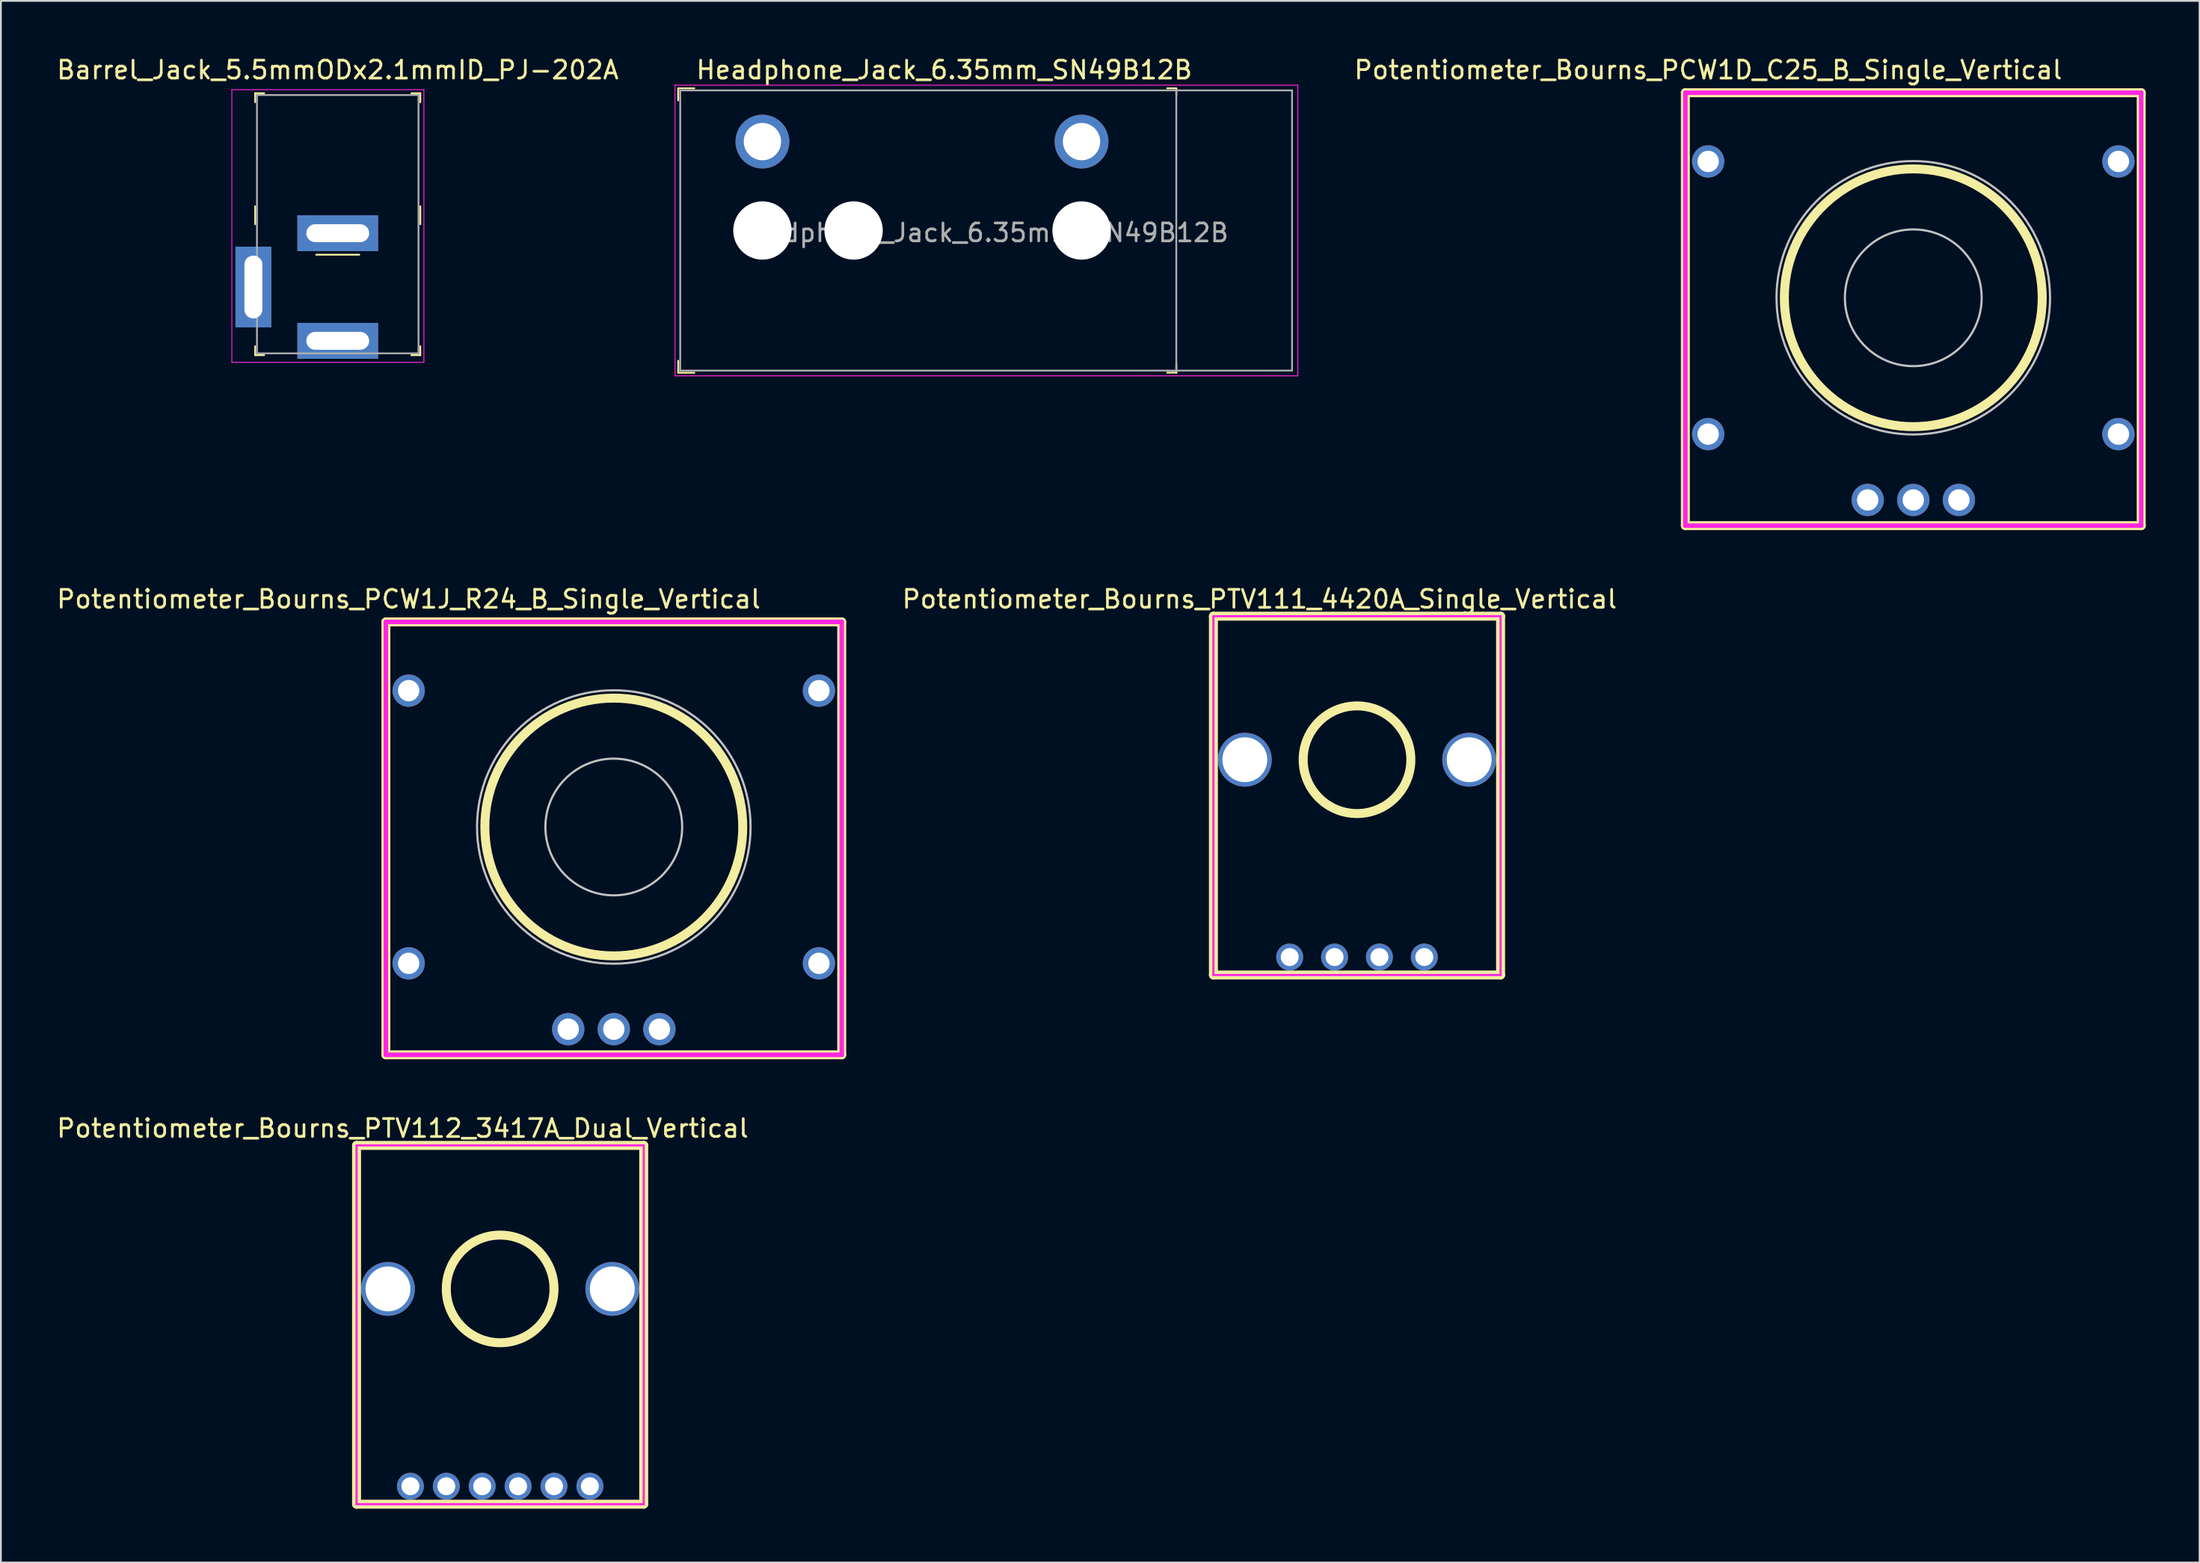
<source format=kicad_pcb>
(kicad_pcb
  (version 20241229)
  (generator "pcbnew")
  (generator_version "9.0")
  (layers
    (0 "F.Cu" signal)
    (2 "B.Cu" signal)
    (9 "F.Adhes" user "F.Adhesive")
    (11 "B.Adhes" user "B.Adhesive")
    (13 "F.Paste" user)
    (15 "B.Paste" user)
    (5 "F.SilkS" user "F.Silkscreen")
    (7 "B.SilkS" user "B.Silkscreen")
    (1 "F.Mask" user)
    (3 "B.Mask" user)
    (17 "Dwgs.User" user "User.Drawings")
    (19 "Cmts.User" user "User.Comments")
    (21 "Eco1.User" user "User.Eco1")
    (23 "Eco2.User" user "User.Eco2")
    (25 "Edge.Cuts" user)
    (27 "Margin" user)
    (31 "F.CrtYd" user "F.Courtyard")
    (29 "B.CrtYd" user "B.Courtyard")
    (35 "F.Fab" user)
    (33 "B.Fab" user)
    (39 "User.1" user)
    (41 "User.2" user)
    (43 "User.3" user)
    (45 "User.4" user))
  (footprint "Potentiometer_Bourns_PCW1J_R24_B_Single_Vertical"
    (layer "F.Cu")
    (at 31.15 43.047)
    (property "Reference" "Potentiometer_Bourns_PCW1J_R24_B_Single_Vertical" (at -11.43 -12.7 0) (layer "F.SilkS") (effects (font (size 1 1) (thickness 0.15))))
    (attr through_hole)
    (fp_line (start -12.7 -11.43) (end -12.7 12.7) (stroke (width 0.5) (type solid)) (layer "F.SilkS"))
    (fp_line (start -12.7 12.7) (end 12.7 12.7) (stroke (width 0.5) (type solid)) (layer "F.SilkS"))
    (fp_line (start 12.7 -11.43) (end -12.7 -11.43) (stroke (width 0.5) (type solid)) (layer "F.SilkS"))
    (fp_line (start 12.7 12.7) (end 12.7 -11.43) (stroke (width 0.5) (type solid)) (layer "F.SilkS"))
    (fp_circle (center 0 0) (end 7.184 0) (stroke (width 0.5) (type solid)) (fill no) (layer "F.SilkS"))
    (fp_circle (center 0 0) (end -7.62 0) (stroke (width 0.12) (type solid)) (fill no) (layer "Dwgs.User"))
    (fp_circle (center 0 0) (end -3.81 0) (stroke (width 0.12) (type solid)) (fill no) (layer "Dwgs.User"))
    (fp_line (start -12.7 -11.43) (end -12.7 12.7) (stroke (width 0.25) (type solid)) (layer "F.CrtYd"))
    (fp_line (start -12.7 12.7) (end 12.7 12.7) (stroke (width 0.25) (type solid)) (layer "F.CrtYd"))
    (fp_line (start 12.7 -11.43) (end -12.7 -11.43) (stroke (width 0.25) (type solid)) (layer "F.CrtYd"))
    (fp_line (start 12.7 12.7) (end 12.7 -11.43) (stroke (width 0.25) (type solid)) (layer "F.CrtYd"))
    (pad "" thru_hole circle (at -11.43 -7.6) (size 1.8 1.8) (drill 1.19) (layers "*.Cu" "*.Mask"))
    (pad "" thru_hole circle (at -11.43 7.6) (size 1.8 1.8) (drill 1.19) (layers "*.Cu" "*.Mask"))
    (pad "" thru_hole circle (at 11.43 -7.6) (size 1.8 1.8) (drill 1.19) (layers "*.Cu" "*.Mask"))
    (pad "" thru_hole circle (at 11.43 7.6) (size 1.8 1.8) (drill 1.19) (layers "*.Cu" "*.Mask"))
    (pad "1" thru_hole circle (at -2.54 11.27) (size 1.8 1.8) (drill 1.19) (layers "*.Cu" "*.Mask"))
    (pad "2" thru_hole circle (at 0 11.27) (size 1.8 1.8) (drill 1.19) (layers "*.Cu" "*.Mask"))
    (pad "3" thru_hole circle (at 2.54 11.27) (size 1.8 1.8) (drill 1.19) (layers "*.Cu" "*.Mask")))
  (footprint "Potentiometer_Bourns_PTV111_4420A_Single_Vertical"
    (layer "F.Cu")
    (at 72.56 39.297)
    (property "Reference" "Potentiometer_Bourns_PTV111_4420A_Single_Vertical" (at -5.43 -8.95 0) (layer "F.SilkS") (effects (font (size 1 1) (thickness 0.15))))
    (attr through_hole)
    (fp_line (start -8 -8) (end -8 12) (stroke (width 0.5) (type solid)) (layer "F.SilkS"))
    (fp_line (start -8 12) (end 8 12) (stroke (width 0.5) (type solid)) (layer "F.SilkS"))
    (fp_line (start 8 -8) (end -8 -8) (stroke (width 0.5) (type solid)) (layer "F.SilkS"))
    (fp_line (start 8 12) (end 8 -8) (stroke (width 0.5) (type solid)) (layer "F.SilkS"))
    (fp_circle (center 0 0) (end 3 0) (stroke (width 0.5) (type solid)) (fill no) (layer "F.SilkS"))
    (fp_line (start -8 -8) (end -8 12) (stroke (width 0.12) (type solid)) (layer "F.CrtYd"))
    (fp_line (start -8 12) (end 8 12) (stroke (width 0.12) (type solid)) (layer "F.CrtYd"))
    (fp_line (start 8 -8) (end -8 -8) (stroke (width 0.12) (type solid)) (layer "F.CrtYd"))
    (fp_line (start 8 12) (end 8 -8) (stroke (width 0.12) (type solid)) (layer "F.CrtYd"))
    (pad "" thru_hole circle (at -6.25 0) (size 3 3) (drill 2.5) (layers "*.Cu" "*.Mask"))
    (pad "" thru_hole circle (at 6.25 0) (size 3 3) (drill 2.5) (layers "*.Cu" "*.Mask"))
    (pad "1" thru_hole circle (at -3.75 11) (size 1.5 1.5) (drill 1) (layers "*.Cu" "*.Mask"))
    (pad "2" thru_hole circle (at -1.25 11) (size 1.5 1.5) (drill 1) (layers "*.Cu" "*.Mask"))
    (pad "3" thru_hole circle (at 1.25 11) (size 1.5 1.5) (drill 1) (layers "*.Cu" "*.Mask"))
    (pad "4" thru_hole circle (at 3.75 11) (size 1.5 1.5) (drill 1) (layers "*.Cu" "*.Mask")))
  (footprint "Potentiometer_Bourns_PCW1D_C25_B_Single_Vertical"
    (layer "F.Cu")
    (at 103.555 13.548)
    (property "Reference" "Potentiometer_Bourns_PCW1D_C25_B_Single_Vertical" (at -11.43 -12.7 0) (layer "F.SilkS") (effects (font (size 1 1) (thickness 0.15))))
    (attr through_hole)
    (fp_line (start -12.7 -11.43) (end -12.7 12.7) (stroke (width 0.5) (type solid)) (layer "F.SilkS"))
    (fp_line (start -12.7 12.7) (end 12.7 12.7) (stroke (width 0.5) (type solid)) (layer "F.SilkS"))
    (fp_line (start 12.7 -11.43) (end -12.7 -11.43) (stroke (width 0.5) (type solid)) (layer "F.SilkS"))
    (fp_line (start 12.7 12.7) (end 12.7 -11.43) (stroke (width 0.5) (type solid)) (layer "F.SilkS"))
    (fp_circle (center 0 0) (end 7.184 0) (stroke (width 0.5) (type solid)) (fill no) (layer "F.SilkS"))
    (fp_circle (center 0 0) (end -7.62 0) (stroke (width 0.12) (type solid)) (fill no) (layer "Dwgs.User"))
    (fp_circle (center 0 0) (end -3.81 0) (stroke (width 0.12) (type solid)) (fill no) (layer "Dwgs.User"))
    (fp_line (start -12.7 -11.43) (end -12.7 12.7) (stroke (width 0.25) (type solid)) (layer "F.CrtYd"))
    (fp_line (start -12.7 12.7) (end 12.7 12.7) (stroke (width 0.25) (type solid)) (layer "F.CrtYd"))
    (fp_line (start 12.7 -11.43) (end -12.7 -11.43) (stroke (width 0.25) (type solid)) (layer "F.CrtYd"))
    (fp_line (start 12.7 12.7) (end 12.7 -11.43) (stroke (width 0.25) (type solid)) (layer "F.CrtYd"))
    (pad "" thru_hole circle (at -11.43 -7.6) (size 1.8 1.8) (drill 1.19) (layers "*.Cu" "*.Mask"))
    (pad "" thru_hole circle (at -11.43 7.6) (size 1.8 1.8) (drill 1.19) (layers "*.Cu" "*.Mask"))
    (pad "" thru_hole circle (at 11.43 -7.6) (size 1.8 1.8) (drill 1.19) (layers "*.Cu" "*.Mask"))
    (pad "" thru_hole circle (at 11.43 7.6) (size 1.8 1.8) (drill 1.19) (layers "*.Cu" "*.Mask"))
    (pad "1" thru_hole circle (at -2.54 11.27) (size 1.8 1.8) (drill 1.19) (layers "*.Cu" "*.Mask"))
    (pad "2" thru_hole circle (at 0 11.27) (size 1.8 1.8) (drill 1.19) (layers "*.Cu" "*.Mask"))
    (pad "3" thru_hole circle (at 2.54 11.27) (size 1.8 1.8) (drill 1.19) (layers "*.Cu" "*.Mask")))
  (footprint "Headphone_Jack_6.35mm_SN49B12B"
    (layer "F.Cu")
    (at 44.511 9.798)
    (property "Reference" "Headphone_Jack_6.35mm_SN49B12B" (at 5.05 -8.95 0) (layer "F.SilkS") (effects (font (size 1 1) (thickness 0.15))))
    (attr through_hole)
    (fp_line (start -9.775 -7.925) (end -9.775 -7.25) (stroke (width 0.1) (type solid)) (layer "F.SilkS"))
    (fp_line (start -9.772 7.259) (end -9.772 7.934) (stroke (width 0.1) (type solid)) (layer "F.SilkS"))
    (fp_line (start -8.875 -7.925) (end -9.775 -7.925) (stroke (width 0.1) (type solid)) (layer "F.SilkS"))
    (fp_line (start -8.87 7.93) (end -9.77 7.93) (stroke (width 0.1) (type solid)) (layer "F.SilkS"))
    (fp_line (start 17.983 -7.925) (end 17.475 -7.925) (stroke (width 0.1) (type solid)) (layer "F.SilkS"))
    (fp_line (start 17.983 -7.925) (end 17.983 -7.55) (stroke (width 0.1) (type solid)) (layer "F.SilkS"))
    (fp_line (start 17.983 7.425) (end 17.983 7.925) (stroke (width 0.1) (type solid)) (layer "F.SilkS"))
    (fp_line (start 17.983 7.925) (end 17.475 7.925) (stroke (width 0.1) (type solid)) (layer "F.SilkS"))
    (fp_line (start -9.95 -8.1) (end -9.95 8.1) (stroke (width 0.05) (type solid)) (layer "F.CrtYd"))
    (fp_line (start -9.95 -8.1) (end 24.75 -8.1) (stroke (width 0.05) (type solid)) (layer "F.CrtYd"))
    (fp_line (start 24.75 -8.1) (end 24.75 8.1) (stroke (width 0.05) (type solid)) (layer "F.CrtYd"))
    (fp_line (start 24.75 8.1) (end -9.95 8.1) (stroke (width 0.05) (type solid)) (layer "F.CrtYd"))
    (fp_line (start -9.66 -7.81) (end -9.66 7.81) (stroke (width 0.1) (type solid)) (layer "F.Fab"))
    (fp_line (start -9.66 -7.81) (end 24.43 -7.81) (stroke (width 0.1) (type solid)) (layer "F.Fab"))
    (fp_line (start -9.66 7.81) (end 24.43 7.81) (stroke (width 0.1) (type solid)) (layer "F.Fab"))
    (fp_line (start 17.98 -7.81) (end 17.98 7.81) (stroke (width 0.1) (type solid)) (layer "F.Fab"))
    (fp_line (start 24.43 -7.81) (end 24.43 7.81) (stroke (width 0.1) (type solid)) (layer "F.Fab"))
    (fp_text user "${REFERENCE}" (at 7.075 0.125 0) (layer "F.Fab") (effects (font (size 1 1) (thickness 0.15))))
    (pad "" np_thru_hole circle (at -5.08 0) (size 3.25 3.25) (drill 3.25) (layers "*.Cu" "*.Mask"))
    (pad "" np_thru_hole circle (at 0 0) (size 3.25 3.25) (drill 3.25) (layers "*.Cu" "*.Mask"))
    (pad "" np_thru_hole circle (at 12.7 0) (size 3.25 3.25) (drill 3.25) (layers "*.Cu" "*.Mask"))
    (pad "S" thru_hole circle (at 12.7 -4.955) (size 3 3) (drill 2.08) (layers "*.Cu" "*.Mask"))
    (pad "T" thru_hole circle (at -5.08 -4.955) (size 3 3) (drill 2.08) (layers "*.Cu" "*.Mask")))
  (footprint "Potentiometer_Bourns_PTV112_3417A_Dual_Vertical"
    (layer "F.Cu")
    (at 24.817 68.795)
    (property "Reference" "Potentiometer_Bourns_PTV112_3417A_Dual_Vertical" (at -5.43 -8.95 0) (layer "F.SilkS") (effects (font (size 1 1) (thickness 0.15))))
    (attr through_hole)
    (fp_line (start -8 -8) (end -8 12) (stroke (width 0.5) (type solid)) (layer "F.SilkS"))
    (fp_line (start -8 12) (end 8 12) (stroke (width 0.5) (type solid)) (layer "F.SilkS"))
    (fp_line (start 8 -8) (end -8 -8) (stroke (width 0.5) (type solid)) (layer "F.SilkS"))
    (fp_line (start 8 12) (end 8 -8) (stroke (width 0.5) (type solid)) (layer "F.SilkS"))
    (fp_circle (center 0 0) (end 3 0) (stroke (width 0.5) (type solid)) (fill no) (layer "F.SilkS"))
    (fp_line (start -8 -8) (end -8 12) (stroke (width 0.12) (type solid)) (layer "F.CrtYd"))
    (fp_line (start -8 12) (end 8 12) (stroke (width 0.12) (type solid)) (layer "F.CrtYd"))
    (fp_line (start 8 -8) (end -8 -8) (stroke (width 0.12) (type solid)) (layer "F.CrtYd"))
    (fp_line (start 8 12) (end 8 -8) (stroke (width 0.12) (type solid)) (layer "F.CrtYd"))
    (pad "" thru_hole circle (at -6.25 0) (size 3 3) (drill 2.5) (layers "*.Cu" "*.Mask"))
    (pad "" thru_hole circle (at 6.25 0) (size 3 3) (drill 2.5) (layers "*.Cu" "*.Mask"))
    (pad "1" thru_hole circle (at -1 11) (size 1.5 1.5) (drill 1) (layers "*.Cu" "*.Mask"))
    (pad "2" thru_hole circle (at 1 11) (size 1.5 1.5) (drill 1) (layers "*.Cu" "*.Mask"))
    (pad "3" thru_hole circle (at 3 11) (size 1.5 1.5) (drill 1) (layers "*.Cu" "*.Mask"))
    (pad "4" thru_hole circle (at -3 11) (size 1.5 1.5) (drill 1) (layers "*.Cu" "*.Mask"))
    (pad "5" thru_hole circle (at -5 11) (size 1.5 1.5) (drill 1) (layers "*.Cu" "*.Mask"))
    (pad "6" thru_hole circle (at 5 11) (size 1.5 1.5) (drill 1) (layers "*.Cu" "*.Mask")))
  (footprint "Barrel_Jack_5.5mmODx2.1mmID_PJ-202A"
    (layer "F.Cu")
    (at 15.768 12.948)
    (property "Reference" "Barrel_Jack_5.5mmODx2.1mmID_PJ-202A" (at 0 -12.1 0) (layer "F.SilkS") (effects (font (size 1 1) (thickness 0.15))))
    (attr through_hole)
    (fp_line (start -4.6 -10.8) (end -4.6 -10.3) (stroke (width 0.1) (type solid)) (layer "F.SilkS"))
    (fp_line (start -4.6 -10.8) (end -4.1 -10.8) (stroke (width 0.1) (type solid)) (layer "F.SilkS"))
    (fp_line (start -4.6 -3.5) (end -4.6 -4.5) (stroke (width 0.1) (type solid)) (layer "F.SilkS"))
    (fp_line (start -4.6 3.8) (end -4.6 3.3) (stroke (width 0.1) (type solid)) (layer "F.SilkS"))
    (fp_line (start -4.6 3.8) (end -4.1 3.8) (stroke (width 0.1) (type solid)) (layer "F.SilkS"))
    (fp_line (start -1.2 -1.8) (end 1.2 -1.8) (stroke (width 0.1) (type solid)) (layer "F.SilkS"))
    (fp_line (start 4.6 -10.8) (end 4.1 -10.8) (stroke (width 0.1) (type solid)) (layer "F.SilkS"))
    (fp_line (start 4.6 -10.8) (end 4.6 -10.3) (stroke (width 0.1) (type solid)) (layer "F.SilkS"))
    (fp_line (start 4.6 -3.5) (end 4.6 -4.5) (stroke (width 0.1) (type solid)) (layer "F.SilkS"))
    (fp_line (start 4.6 3.8) (end 4.1 3.8) (stroke (width 0.1) (type solid)) (layer "F.SilkS"))
    (fp_line (start 4.6 3.8) (end 4.6 3.3) (stroke (width 0.1) (type solid)) (layer "F.SilkS"))
    (fp_line (start -5.9 -11) (end -5.9 4.2) (stroke (width 0.05) (type solid)) (layer "F.CrtYd"))
    (fp_line (start -5.9 -11) (end 4.8 -11) (stroke (width 0.05) (type solid)) (layer "F.CrtYd"))
    (fp_line (start -5.9 4.2) (end 4.8 4.2) (stroke (width 0.05) (type solid)) (layer "F.CrtYd"))
    (fp_line (start 4.8 -11) (end 4.8 4.2) (stroke (width 0.05) (type solid)) (layer "F.CrtYd"))
    (fp_line (start -4.5 -10.7) (end 4.5 -10.7) (stroke (width 0.1) (type solid)) (layer "F.Fab"))
    (fp_line (start -4.5 3.7) (end -4.5 -10.7) (stroke (width 0.1) (type solid)) (layer "F.Fab"))
    (fp_line (start -4.5 3.7) (end 4.5 3.7) (stroke (width 0.1) (type solid)) (layer "F.Fab"))
    (fp_line (start 4.5 3.7) (end 4.5 -10.7) (stroke (width 0.1) (type solid)) (layer "F.Fab"))
    (pad "1" thru_hole rect (at 0 3) (size 4.5 2) (drill oval 3.5 1) (layers "*.Cu" "*.Mask"))
    (pad "2" thru_hole rect (at 0 -3) (size 4.5 2) (drill oval 3.5 1) (layers "*.Cu" "*.Mask"))
    (pad "3" thru_hole rect (at -4.7 0) (size 2 4.5) (drill oval 1 3.5) (layers "*.Cu" "*.Mask")))
  (gr_rect
    (start -3 -3)
    (end 119.505 84.045)
    (stroke (width 0.1) (type default))
    (fill no)
    (layer "Edge.Cuts")))
</source>
